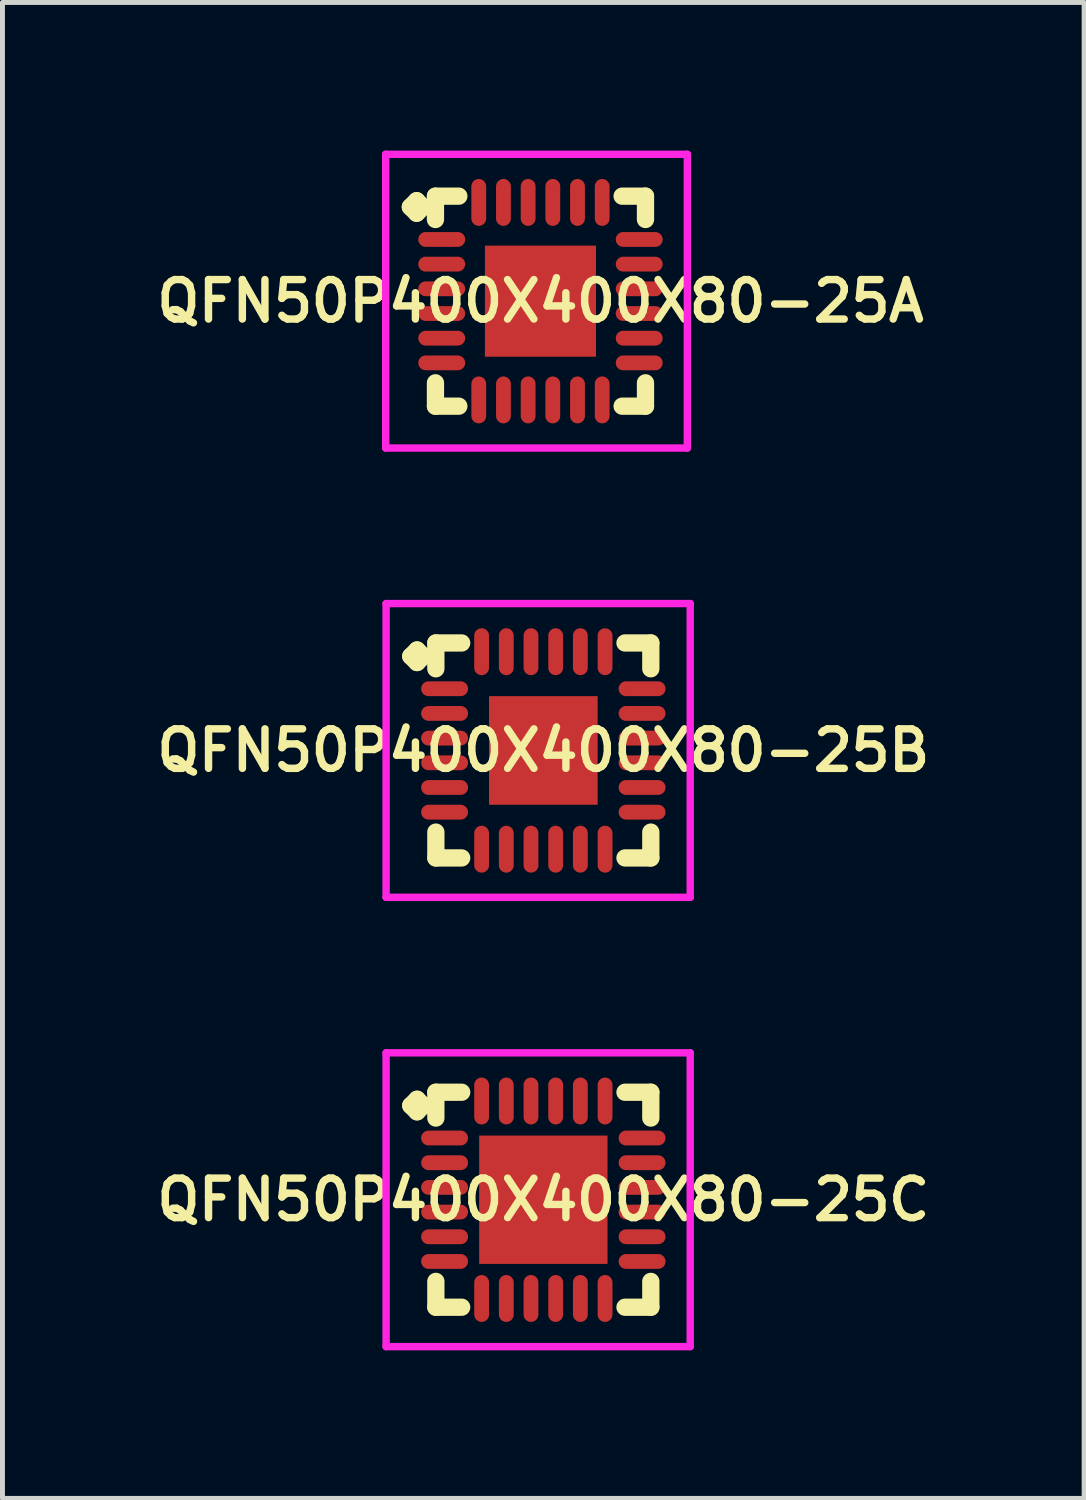
<source format=kicad_pcb>
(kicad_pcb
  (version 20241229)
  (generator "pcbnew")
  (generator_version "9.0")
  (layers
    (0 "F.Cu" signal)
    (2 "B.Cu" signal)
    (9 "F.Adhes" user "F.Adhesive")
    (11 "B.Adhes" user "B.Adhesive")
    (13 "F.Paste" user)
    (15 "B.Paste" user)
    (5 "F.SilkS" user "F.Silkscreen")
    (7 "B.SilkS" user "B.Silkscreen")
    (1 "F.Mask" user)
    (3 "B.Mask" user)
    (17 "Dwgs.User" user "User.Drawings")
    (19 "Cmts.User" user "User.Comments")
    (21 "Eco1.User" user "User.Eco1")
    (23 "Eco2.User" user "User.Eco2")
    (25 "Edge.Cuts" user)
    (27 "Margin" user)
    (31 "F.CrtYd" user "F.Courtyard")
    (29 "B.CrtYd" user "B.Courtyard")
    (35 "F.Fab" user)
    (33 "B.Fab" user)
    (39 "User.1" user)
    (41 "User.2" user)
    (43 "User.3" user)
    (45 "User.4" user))
  (footprint "QFN50P400X400X80-25A"
    (layer "F.Cu")
    (at 7.897 3.05)
    (property "Reference" "QFN50P400X400X80-25A" (at 0 0 0) (layer "F.SilkS") (effects (font (size 0.8 0.8) (thickness 0.15))))
    (attr smd)
    (fp_line (start -2.635 -1.908) (end -2.508 -2.035) (stroke (width 0.35) (type solid)) (layer "F.SilkS"))
    (fp_line (start -2.508 -2.035) (end -2.381 -1.908) (stroke (width 0.35) (type solid)) (layer "F.SilkS"))
    (fp_line (start -2.508 -1.781) (end -2.635 -1.908) (stroke (width 0.35) (type solid)) (layer "F.SilkS"))
    (fp_line (start -2.381 -1.908) (end -2.508 -1.781) (stroke (width 0.35) (type solid)) (layer "F.SilkS"))
    (fp_line (start -2.127 -2.127) (end -1.654 -2.127) (stroke (width 0.35) (type solid)) (layer "F.SilkS"))
    (fp_line (start -2.127 -1.654) (end -2.127 -2.127) (stroke (width 0.35) (type solid)) (layer "F.SilkS"))
    (fp_line (start -2.127 1.654) (end -2.127 2.127) (stroke (width 0.35) (type solid)) (layer "F.SilkS"))
    (fp_line (start -2.127 2.127) (end -1.654 2.127) (stroke (width 0.35) (type solid)) (layer "F.SilkS"))
    (fp_line (start 1.654 -2.127) (end 2.127 -2.127) (stroke (width 0.35) (type solid)) (layer "F.SilkS"))
    (fp_line (start 1.654 2.127) (end 2.127 2.127) (stroke (width 0.35) (type solid)) (layer "F.SilkS"))
    (fp_line (start 2.127 -2.127) (end 2.127 -1.654) (stroke (width 0.35) (type solid)) (layer "F.SilkS"))
    (fp_line (start 2.127 2.127) (end 2.127 1.654) (stroke (width 0.35) (type solid)) (layer "F.SilkS"))
    (fp_line (start -3.135 -2.975) (end 2.975 -2.975) (stroke (width 0.15) (type solid)) (layer "F.CrtYd"))
    (fp_line (start -3.135 2.975) (end -3.135 -2.975) (stroke (width 0.15) (type solid)) (layer "F.CrtYd"))
    (fp_line (start 2.975 -2.975) (end 2.975 2.975) (stroke (width 0.15) (type solid)) (layer "F.CrtYd"))
    (fp_line (start 2.975 2.975) (end -3.135 2.975) (stroke (width 0.15) (type solid)) (layer "F.CrtYd"))
    (pad "1" smd oval (at -2 -1.25) (size 0.95 0.3) (layers "F.Cu" "F.Mask" "F.Paste"))
    (pad "2" smd oval (at -2 -0.75) (size 0.95 0.3) (layers "F.Cu" "F.Mask" "F.Paste"))
    (pad "3" smd oval (at -2 -0.25) (size 0.95 0.3) (layers "F.Cu" "F.Mask" "F.Paste"))
    (pad "4" smd oval (at -2 0.25) (size 0.95 0.3) (layers "F.Cu" "F.Mask" "F.Paste"))
    (pad "5" smd oval (at -2 0.75) (size 0.95 0.3) (layers "F.Cu" "F.Mask" "F.Paste"))
    (pad "6" smd oval (at -2 1.25) (size 0.95 0.3) (layers "F.Cu" "F.Mask" "F.Paste"))
    (pad "7" smd oval (at -1.25 2) (size 0.3 0.95) (layers "F.Cu" "F.Mask" "F.Paste"))
    (pad "8" smd oval (at -0.75 2) (size 0.3 0.95) (layers "F.Cu" "F.Mask" "F.Paste"))
    (pad "9" smd oval (at -0.25 2) (size 0.3 0.95) (layers "F.Cu" "F.Mask" "F.Paste"))
    (pad "10" smd oval (at 0.25 2) (size 0.3 0.95) (layers "F.Cu" "F.Mask" "F.Paste"))
    (pad "11" smd oval (at 0.75 2) (size 0.3 0.95) (layers "F.Cu" "F.Mask" "F.Paste"))
    (pad "12" smd oval (at 1.25 2) (size 0.3 0.95) (layers "F.Cu" "F.Mask" "F.Paste"))
    (pad "13" smd oval (at 2 1.25) (size 0.95 0.3) (layers "F.Cu" "F.Mask" "F.Paste"))
    (pad "14" smd oval (at 2 0.75) (size 0.95 0.3) (layers "F.Cu" "F.Mask" "F.Paste"))
    (pad "15" smd oval (at 2 0.25) (size 0.95 0.3) (layers "F.Cu" "F.Mask" "F.Paste"))
    (pad "16" smd oval (at 2 -0.25) (size 0.95 0.3) (layers "F.Cu" "F.Mask" "F.Paste"))
    (pad "17" smd oval (at 2 -0.75) (size 0.95 0.3) (layers "F.Cu" "F.Mask" "F.Paste"))
    (pad "18" smd oval (at 2 -1.25) (size 0.95 0.3) (layers "F.Cu" "F.Mask" "F.Paste"))
    (pad "19" smd oval (at 1.25 -2) (size 0.3 0.95) (layers "F.Cu" "F.Mask" "F.Paste"))
    (pad "20" smd oval (at 0.75 -2) (size 0.3 0.95) (layers "F.Cu" "F.Mask" "F.Paste"))
    (pad "21" smd oval (at 0.25 -2) (size 0.3 0.95) (layers "F.Cu" "F.Mask" "F.Paste"))
    (pad "22" smd oval (at -0.25 -2) (size 0.3 0.95) (layers "F.Cu" "F.Mask" "F.Paste"))
    (pad "23" smd oval (at -0.75 -2) (size 0.3 0.95) (layers "F.Cu" "F.Mask" "F.Paste"))
    (pad "24" smd oval (at -1.25 -2) (size 0.3 0.95) (layers "F.Cu" "F.Mask" "F.Paste"))
    (pad "25" smd rect (at 0 0) (size 2.25 2.25) (layers "F.Cu" "F.Mask" "F.Paste")))
  (footprint "QFN50P400X400X80-25B"
    (layer "F.Cu")
    (at 7.955 12.15)
    (property "Reference" "QFN50P400X400X80-25B" (at 0 0 0) (layer "F.SilkS") (effects (font (size 0.8 0.8) (thickness 0.15))))
    (attr through_hole)
    (fp_line (start -2.685 -1.908) (end -2.558 -2.035) (stroke (width 0.35) (type solid)) (layer "F.SilkS"))
    (fp_line (start -2.558 -2.035) (end -2.431 -1.908) (stroke (width 0.35) (type solid)) (layer "F.SilkS"))
    (fp_line (start -2.558 -1.781) (end -2.685 -1.908) (stroke (width 0.35) (type solid)) (layer "F.SilkS"))
    (fp_line (start -2.431 -1.908) (end -2.558 -1.781) (stroke (width 0.35) (type solid)) (layer "F.SilkS"))
    (fp_line (start -2.177 -2.177) (end -1.654 -2.177) (stroke (width 0.35) (type solid)) (layer "F.SilkS"))
    (fp_line (start -2.177 -1.654) (end -2.177 -2.177) (stroke (width 0.35) (type solid)) (layer "F.SilkS"))
    (fp_line (start -2.177 1.654) (end -2.177 2.177) (stroke (width 0.35) (type solid)) (layer "F.SilkS"))
    (fp_line (start -2.177 2.177) (end -1.654 2.177) (stroke (width 0.35) (type solid)) (layer "F.SilkS"))
    (fp_line (start 1.654 -2.177) (end 2.177 -2.177) (stroke (width 0.35) (type solid)) (layer "F.SilkS"))
    (fp_line (start 1.654 2.177) (end 2.177 2.177) (stroke (width 0.35) (type solid)) (layer "F.SilkS"))
    (fp_line (start 2.177 -2.177) (end 2.177 -1.654) (stroke (width 0.35) (type solid)) (layer "F.SilkS"))
    (fp_line (start 2.177 2.177) (end 2.177 1.654) (stroke (width 0.35) (type solid)) (layer "F.SilkS"))
    (fp_line (start -3.185 -2.975) (end 2.975 -2.975) (stroke (width 0.15) (type solid)) (layer "F.CrtYd"))
    (fp_line (start -3.185 2.975) (end -3.185 -2.975) (stroke (width 0.15) (type solid)) (layer "F.CrtYd"))
    (fp_line (start 2.975 -2.975) (end 2.975 2.975) (stroke (width 0.15) (type solid)) (layer "F.CrtYd"))
    (fp_line (start 2.975 2.975) (end -3.185 2.975) (stroke (width 0.15) (type solid)) (layer "F.CrtYd"))
    (pad "1" smd oval (at -2 -1.25) (size 0.95 0.3) (layers "F.Cu" "F.Mask" "F.Paste"))
    (pad "2" smd oval (at -2 -0.75) (size 0.95 0.3) (layers "F.Cu" "F.Mask" "F.Paste"))
    (pad "3" smd oval (at -2 -0.25) (size 0.95 0.3) (layers "F.Cu" "F.Mask" "F.Paste"))
    (pad "4" smd oval (at -2 0.25) (size 0.95 0.3) (layers "F.Cu" "F.Mask" "F.Paste"))
    (pad "5" smd oval (at -2 0.75) (size 0.95 0.3) (layers "F.Cu" "F.Mask" "F.Paste"))
    (pad "6" smd oval (at -2 1.25) (size 0.95 0.3) (layers "F.Cu" "F.Mask" "F.Paste"))
    (pad "7" smd oval (at -1.25 2) (size 0.3 0.95) (layers "F.Cu" "F.Mask" "F.Paste"))
    (pad "8" smd oval (at -0.75 2) (size 0.3 0.95) (layers "F.Cu" "F.Mask" "F.Paste"))
    (pad "9" smd oval (at -0.25 2) (size 0.3 0.95) (layers "F.Cu" "F.Mask" "F.Paste"))
    (pad "10" smd oval (at 0.25 2) (size 0.3 0.95) (layers "F.Cu" "F.Mask" "F.Paste"))
    (pad "11" smd oval (at 0.75 2) (size 0.3 0.95) (layers "F.Cu" "F.Mask" "F.Paste"))
    (pad "12" smd oval (at 1.25 2) (size 0.3 0.95) (layers "F.Cu" "F.Mask" "F.Paste"))
    (pad "13" smd oval (at 2 1.25) (size 0.95 0.3) (layers "F.Cu" "F.Mask" "F.Paste"))
    (pad "14" smd oval (at 2 0.75) (size 0.95 0.3) (layers "F.Cu" "F.Mask" "F.Paste"))
    (pad "15" smd oval (at 2 0.25) (size 0.95 0.3) (layers "F.Cu" "F.Mask" "F.Paste"))
    (pad "16" smd oval (at 2 -0.25) (size 0.95 0.3) (layers "F.Cu" "F.Mask" "F.Paste"))
    (pad "17" smd oval (at 2 -0.75) (size 0.95 0.3) (layers "F.Cu" "F.Mask" "F.Paste"))
    (pad "18" smd oval (at 2 -1.25) (size 0.95 0.3) (layers "F.Cu" "F.Mask" "F.Paste"))
    (pad "19" smd oval (at 1.25 -2) (size 0.3 0.95) (layers "F.Cu" "F.Mask" "F.Paste"))
    (pad "20" smd oval (at 0.75 -2) (size 0.3 0.95) (layers "F.Cu" "F.Mask" "F.Paste"))
    (pad "21" smd oval (at 0.25 -2) (size 0.3 0.95) (layers "F.Cu" "F.Mask" "F.Paste"))
    (pad "22" smd oval (at -0.25 -2) (size 0.3 0.95) (layers "F.Cu" "F.Mask" "F.Paste"))
    (pad "23" smd oval (at -0.75 -2) (size 0.3 0.95) (layers "F.Cu" "F.Mask" "F.Paste"))
    (pad "24" smd oval (at -1.25 -2) (size 0.3 0.95) (layers "F.Cu" "F.Mask" "F.Paste"))
    (pad "25" smd rect (at 0 0) (size 2.2 2.2) (layers "F.Cu" "F.Mask" "F.Paste")))
  (footprint "QFN50P400X400X80-25C"
    (layer "F.Cu")
    (at 7.955 21.25)
    (property "Reference" "QFN50P400X400X80-25C" (at 0 0 0) (layer "F.SilkS") (effects (font (size 0.8 0.8) (thickness 0.15))))
    (attr smd)
    (fp_line (start -2.685 -1.908) (end -2.558 -2.035) (stroke (width 0.35) (type solid)) (layer "F.SilkS"))
    (fp_line (start -2.558 -2.035) (end -2.431 -1.908) (stroke (width 0.35) (type solid)) (layer "F.SilkS"))
    (fp_line (start -2.558 -1.781) (end -2.685 -1.908) (stroke (width 0.35) (type solid)) (layer "F.SilkS"))
    (fp_line (start -2.431 -1.908) (end -2.558 -1.781) (stroke (width 0.35) (type solid)) (layer "F.SilkS"))
    (fp_line (start -2.177 -2.177) (end -1.654 -2.177) (stroke (width 0.35) (type solid)) (layer "F.SilkS"))
    (fp_line (start -2.177 -1.654) (end -2.177 -2.177) (stroke (width 0.35) (type solid)) (layer "F.SilkS"))
    (fp_line (start -2.177 1.654) (end -2.177 2.177) (stroke (width 0.35) (type solid)) (layer "F.SilkS"))
    (fp_line (start -2.177 2.177) (end -1.654 2.177) (stroke (width 0.35) (type solid)) (layer "F.SilkS"))
    (fp_line (start 1.654 -2.177) (end 2.177 -2.177) (stroke (width 0.35) (type solid)) (layer "F.SilkS"))
    (fp_line (start 1.654 2.177) (end 2.177 2.177) (stroke (width 0.35) (type solid)) (layer "F.SilkS"))
    (fp_line (start 2.177 -2.177) (end 2.177 -1.654) (stroke (width 0.35) (type solid)) (layer "F.SilkS"))
    (fp_line (start 2.177 2.177) (end 2.177 1.654) (stroke (width 0.35) (type solid)) (layer "F.SilkS"))
    (fp_line (start -3.185 -2.975) (end 2.975 -2.975) (stroke (width 0.15) (type solid)) (layer "F.CrtYd"))
    (fp_line (start -3.185 2.975) (end -3.185 -2.975) (stroke (width 0.15) (type solid)) (layer "F.CrtYd"))
    (fp_line (start 2.975 -2.975) (end 2.975 2.975) (stroke (width 0.15) (type solid)) (layer "F.CrtYd"))
    (fp_line (start 2.975 2.975) (end -3.185 2.975) (stroke (width 0.15) (type solid)) (layer "F.CrtYd"))
    (pad "1" smd oval (at -2 -1.25) (size 0.95 0.3) (layers "F.Cu" "F.Mask" "F.Paste"))
    (pad "2" smd oval (at -2 -0.75) (size 0.95 0.3) (layers "F.Cu" "F.Mask" "F.Paste"))
    (pad "3" smd oval (at -2 -0.25) (size 0.95 0.3) (layers "F.Cu" "F.Mask" "F.Paste"))
    (pad "4" smd oval (at -2 0.25) (size 0.95 0.3) (layers "F.Cu" "F.Mask" "F.Paste"))
    (pad "5" smd oval (at -2 0.75) (size 0.95 0.3) (layers "F.Cu" "F.Mask" "F.Paste"))
    (pad "6" smd oval (at -2 1.25) (size 0.95 0.3) (layers "F.Cu" "F.Mask" "F.Paste"))
    (pad "7" smd oval (at -1.25 2) (size 0.3 0.95) (layers "F.Cu" "F.Mask" "F.Paste"))
    (pad "8" smd oval (at -0.75 2) (size 0.3 0.95) (layers "F.Cu" "F.Mask" "F.Paste"))
    (pad "9" smd oval (at -0.25 2) (size 0.3 0.95) (layers "F.Cu" "F.Mask" "F.Paste"))
    (pad "10" smd oval (at 0.25 2) (size 0.3 0.95) (layers "F.Cu" "F.Mask" "F.Paste"))
    (pad "11" smd oval (at 0.75 2) (size 0.3 0.95) (layers "F.Cu" "F.Mask" "F.Paste"))
    (pad "12" smd oval (at 1.25 2) (size 0.3 0.95) (layers "F.Cu" "F.Mask" "F.Paste"))
    (pad "13" smd oval (at 2 1.25) (size 0.95 0.3) (layers "F.Cu" "F.Mask" "F.Paste"))
    (pad "14" smd oval (at 2 0.75) (size 0.95 0.3) (layers "F.Cu" "F.Mask" "F.Paste"))
    (pad "15" smd oval (at 2 0.25) (size 0.95 0.3) (layers "F.Cu" "F.Mask" "F.Paste"))
    (pad "16" smd oval (at 2 -0.25) (size 0.95 0.3) (layers "F.Cu" "F.Mask" "F.Paste"))
    (pad "17" smd oval (at 2 -0.75) (size 0.95 0.3) (layers "F.Cu" "F.Mask" "F.Paste"))
    (pad "18" smd oval (at 2 -1.25) (size 0.95 0.3) (layers "F.Cu" "F.Mask" "F.Paste"))
    (pad "19" smd oval (at 1.25 -2) (size 0.3 0.95) (layers "F.Cu" "F.Mask" "F.Paste"))
    (pad "20" smd oval (at 0.75 -2) (size 0.3 0.95) (layers "F.Cu" "F.Mask" "F.Paste"))
    (pad "21" smd oval (at 0.25 -2) (size 0.3 0.95) (layers "F.Cu" "F.Mask" "F.Paste"))
    (pad "22" smd oval (at -0.25 -2) (size 0.3 0.95) (layers "F.Cu" "F.Mask" "F.Paste"))
    (pad "23" smd oval (at -0.75 -2) (size 0.3 0.95) (layers "F.Cu" "F.Mask" "F.Paste"))
    (pad "24" smd oval (at -1.25 -2) (size 0.3 0.95) (layers "F.Cu" "F.Mask" "F.Paste"))
    (pad "25" smd rect (at 0 0) (size 2.6 2.6) (layers "F.Cu" "F.Mask" "F.Paste")))
  (gr_rect
    (start -3 -3)
    (end 18.909 27.3)
    (stroke (width 0.1) (type default))
    (fill no)
    (layer "Edge.Cuts")))
</source>
